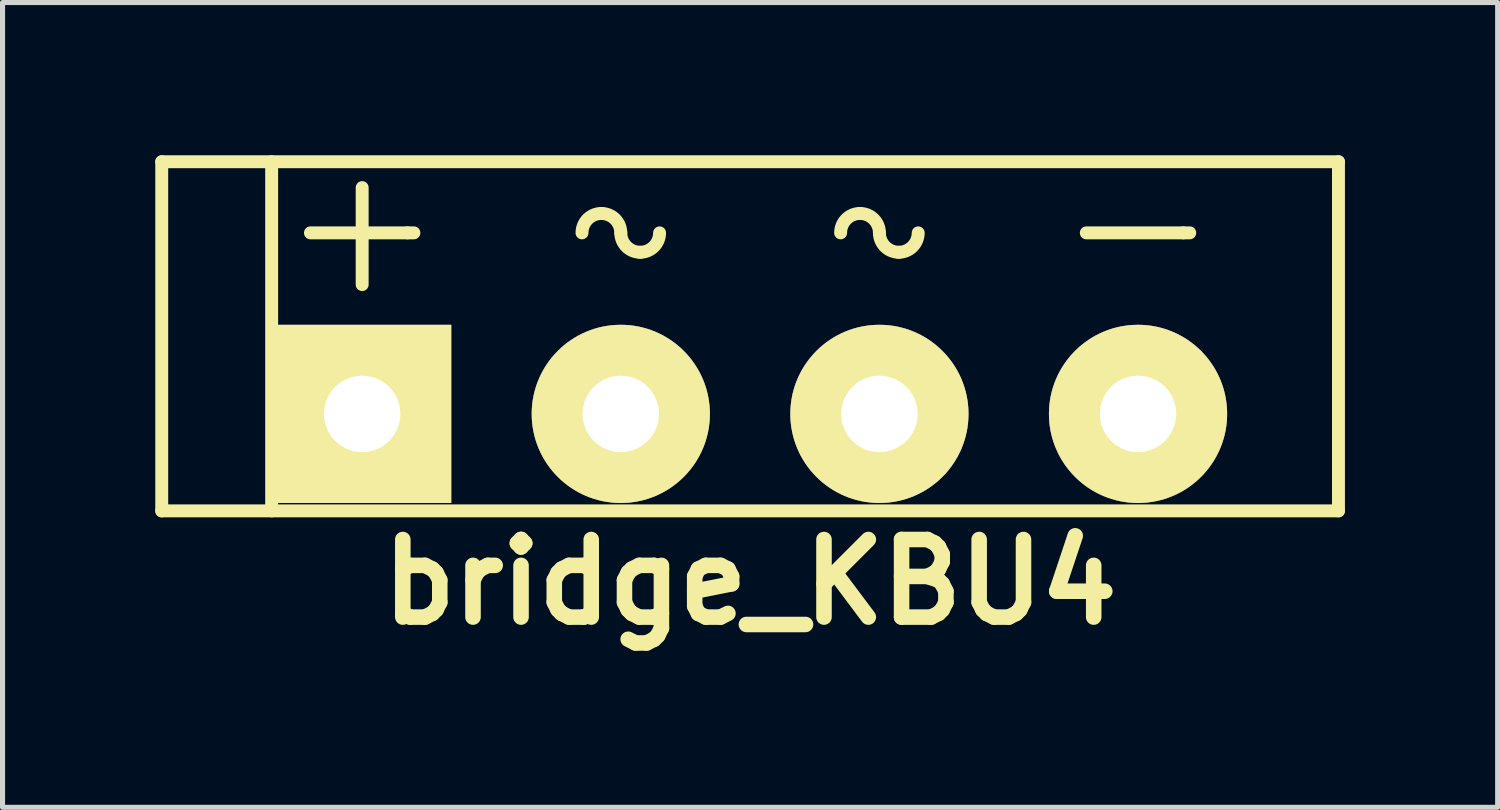
<source format=kicad_pcb>
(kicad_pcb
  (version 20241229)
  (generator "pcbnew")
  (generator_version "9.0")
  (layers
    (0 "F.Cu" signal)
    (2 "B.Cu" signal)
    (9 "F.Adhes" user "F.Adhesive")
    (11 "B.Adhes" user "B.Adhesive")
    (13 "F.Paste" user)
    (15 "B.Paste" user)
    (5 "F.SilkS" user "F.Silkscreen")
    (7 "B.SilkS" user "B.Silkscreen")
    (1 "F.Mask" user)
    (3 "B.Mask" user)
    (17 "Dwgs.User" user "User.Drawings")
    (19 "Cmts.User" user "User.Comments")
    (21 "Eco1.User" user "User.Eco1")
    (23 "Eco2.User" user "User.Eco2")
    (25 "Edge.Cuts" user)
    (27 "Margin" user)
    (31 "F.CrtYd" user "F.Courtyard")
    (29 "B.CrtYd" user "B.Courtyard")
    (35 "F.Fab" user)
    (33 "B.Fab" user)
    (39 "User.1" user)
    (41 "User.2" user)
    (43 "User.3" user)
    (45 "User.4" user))
  (footprint "bridge_KBU4"
    (layer "F.Cu")
    (at 11.684 5.08)
    (property "Reference" "bridge_KBU4" (at 0 3.302 0) (layer "F.SilkS") (effects (font (size 1.524 1.524) (thickness 0.305))))
    (attr through_hole)
    (fp_line (start -11.557 -4.953) (end -11.557 1.905) (stroke (width 0.254) (type solid)) (layer "F.SilkS"))
    (fp_line (start -11.557 1.905) (end 11.557 1.905) (stroke (width 0.254) (type solid)) (layer "F.SilkS"))
    (fp_line (start -9.398 -4.953) (end -9.398 1.905) (stroke (width 0.254) (type solid)) (layer "F.SilkS"))
    (fp_line (start -8.636 -3.556) (end -6.731 -3.556) (stroke (width 0.254) (type solid)) (layer "F.SilkS"))
    (fp_line (start -7.62 -4.445) (end -7.62 -2.54) (stroke (width 0.254) (type solid)) (layer "F.SilkS"))
    (fp_line (start -6.731 -3.556) (end -6.604 -3.556) (stroke (width 0.254) (type solid)) (layer "F.SilkS"))
    (fp_line (start 6.604 -3.556) (end 8.509 -3.556) (stroke (width 0.254) (type solid)) (layer "F.SilkS"))
    (fp_line (start 8.509 -3.556) (end 8.636 -3.556) (stroke (width 0.254) (type solid)) (layer "F.SilkS"))
    (fp_line (start 11.557 -4.953) (end -11.557 -4.953) (stroke (width 0.254) (type solid)) (layer "F.SilkS"))
    (fp_line (start 11.557 1.905) (end 11.557 -4.953) (stroke (width 0.254) (type solid)) (layer "F.SilkS"))
    (fp_arc (start -3.302 -3.556) (mid -3.190408 -3.825408) (end -2.921 -3.937) (stroke (width 0.254) (type solid)) (layer "F.SilkS"))
    (fp_arc (start -2.921 -3.937) (mid -2.651592 -3.825408) (end -2.54 -3.556) (stroke (width 0.254) (type solid)) (layer "F.SilkS"))
    (fp_arc (start -2.159 -3.175) (mid -2.428408 -3.286592) (end -2.54 -3.556) (stroke (width 0.254) (type solid)) (layer "F.SilkS"))
    (fp_arc (start -1.778 -3.556) (mid -1.889592 -3.286592) (end -2.159 -3.175) (stroke (width 0.254) (type solid)) (layer "F.SilkS"))
    (fp_arc (start 1.778 -3.556) (mid 1.889592 -3.825408) (end 2.159 -3.937) (stroke (width 0.254) (type solid)) (layer "F.SilkS"))
    (fp_arc (start 2.159 -3.937) (mid 2.428408 -3.825408) (end 2.54 -3.556) (stroke (width 0.254) (type solid)) (layer "F.SilkS"))
    (fp_arc (start 2.921 -3.175) (mid 2.651592 -3.286592) (end 2.54 -3.556) (stroke (width 0.254) (type solid)) (layer "F.SilkS"))
    (fp_arc (start 3.302 -3.556) (mid 3.190408 -3.286592) (end 2.921 -3.175) (stroke (width 0.254) (type solid)) (layer "F.SilkS"))
    (pad "1" thru_hole rect (at -7.62 0) (size 3.5 3.5) (drill 1.501) (layers "*.Cu" "*.Mask" "F.SilkS"))
    (pad "2" thru_hole circle (at -2.54 0) (size 3.5 3.5) (drill 1.501) (layers "*.Cu" "*.Mask" "F.SilkS"))
    (pad "3" thru_hole circle (at 2.54 0) (size 3.5 3.5) (drill 1.501) (layers "*.Cu" "*.Mask" "F.SilkS"))
    (pad "4" thru_hole circle (at 7.62 0) (size 3.5 3.5) (drill 1.501) (layers "*.Cu" "*.Mask" "F.SilkS")))
  (gr_rect
    (start -3 -3)
    (end 26.368 12.808)
    (stroke (width 0.1) (type default))
    (fill no)
    (layer "Edge.Cuts")))
</source>
